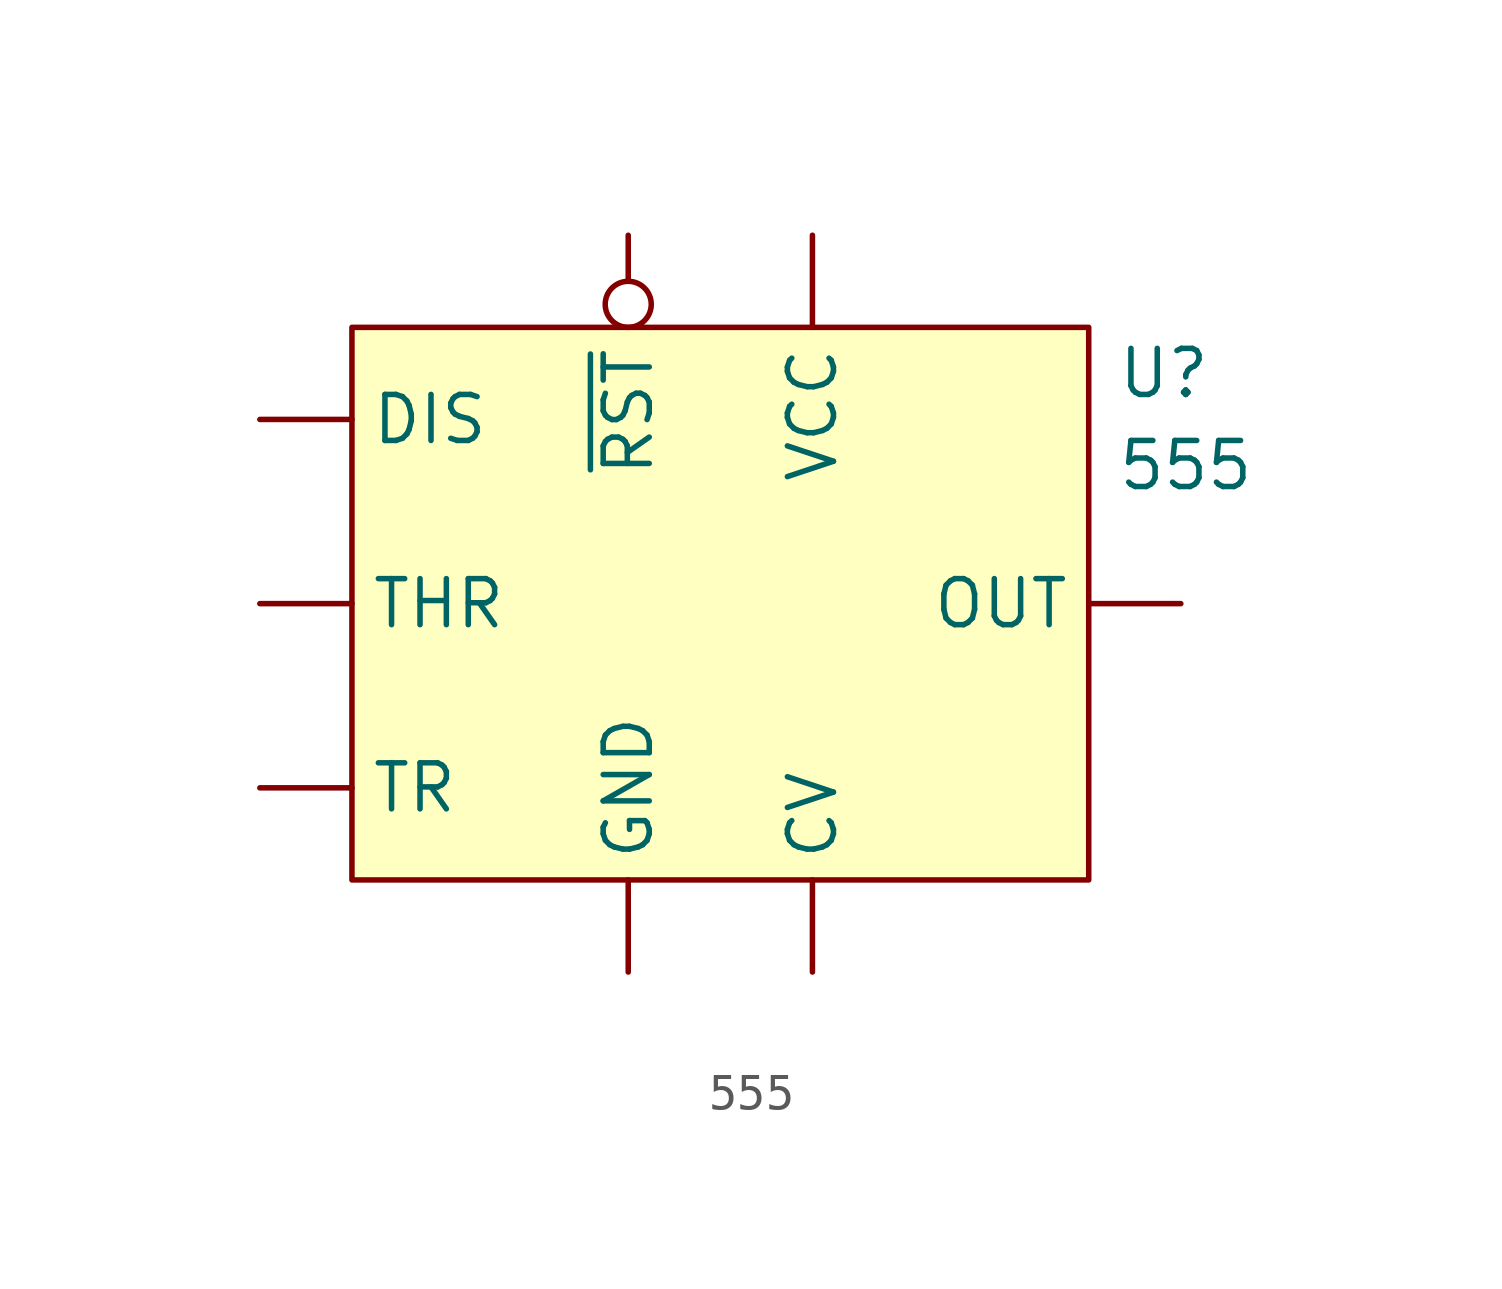
<source format=kicad_sym>
(kicad_symbol_lib
  (version 20231120)
  (generator "kicad_symbol_editor")
  (generator_version "8.0")
  (symbol "555"
    (pin_numbers hide)
    (property "Reference" "U"
      (at 23.622 1.27 0)
      (effects (font (size 1.27 1.27)) (justify left)))
    (property "Value" "555"
      (at 23.622 -1.27 0)
      (effects (font (size 1.27 1.27)) (justify left)))
    (symbol "555_1_1"
      (rectangle (start 2.54 2.54) (end 22.86 -12.7) (stroke (width 0) (type default)) (fill (type background)))
      (pin power_in line (at 10.16 -15.24 90) (length 2.54) (name "GND" (effects (font (size 1.27 1.27)))) (number "1" (effects (font (size 1.27 1.27)))))
      (pin bidirectional line (at 0 -10.16 0) (length 2.54) (name "TR" (effects (font (size 1.27 1.27)))) (number "2" (effects (font (size 1.27 1.27)))))
      (pin bidirectional line (at 25.4 -5.08 180) (length 2.54) (name "OUT" (effects (font (size 1.27 1.27)))) (number "3" (effects (font (size 1.27 1.27)))))
      (pin bidirectional inverted (at 10.16 5.08 270) (length 2.54) (name "~{RST}" (effects (font (size 1.27 1.27)))) (number "4" (effects (font (size 1.27 1.27)))))
      (pin bidirectional line (at 15.24 -15.24 90) (length 2.54) (name "CV" (effects (font (size 1.27 1.27)))) (number "5" (effects (font (size 1.27 1.27)))))
      (pin bidirectional line (at 0 -5.08 0) (length 2.54) (name "THR" (effects (font (size 1.27 1.27)))) (number "6" (effects (font (size 1.27 1.27)))))
      (pin bidirectional line (at 0 0 0) (length 2.54) (name "DIS" (effects (font (size 1.27 1.27)))) (number "7" (effects (font (size 1.27 1.27)))))
      (pin power_in line (at 15.24 5.08 270) (length 2.54) (name "VCC" (effects (font (size 1.27 1.27)))) (number "8" (effects (font (size 1.27 1.27))))))))
</source>
